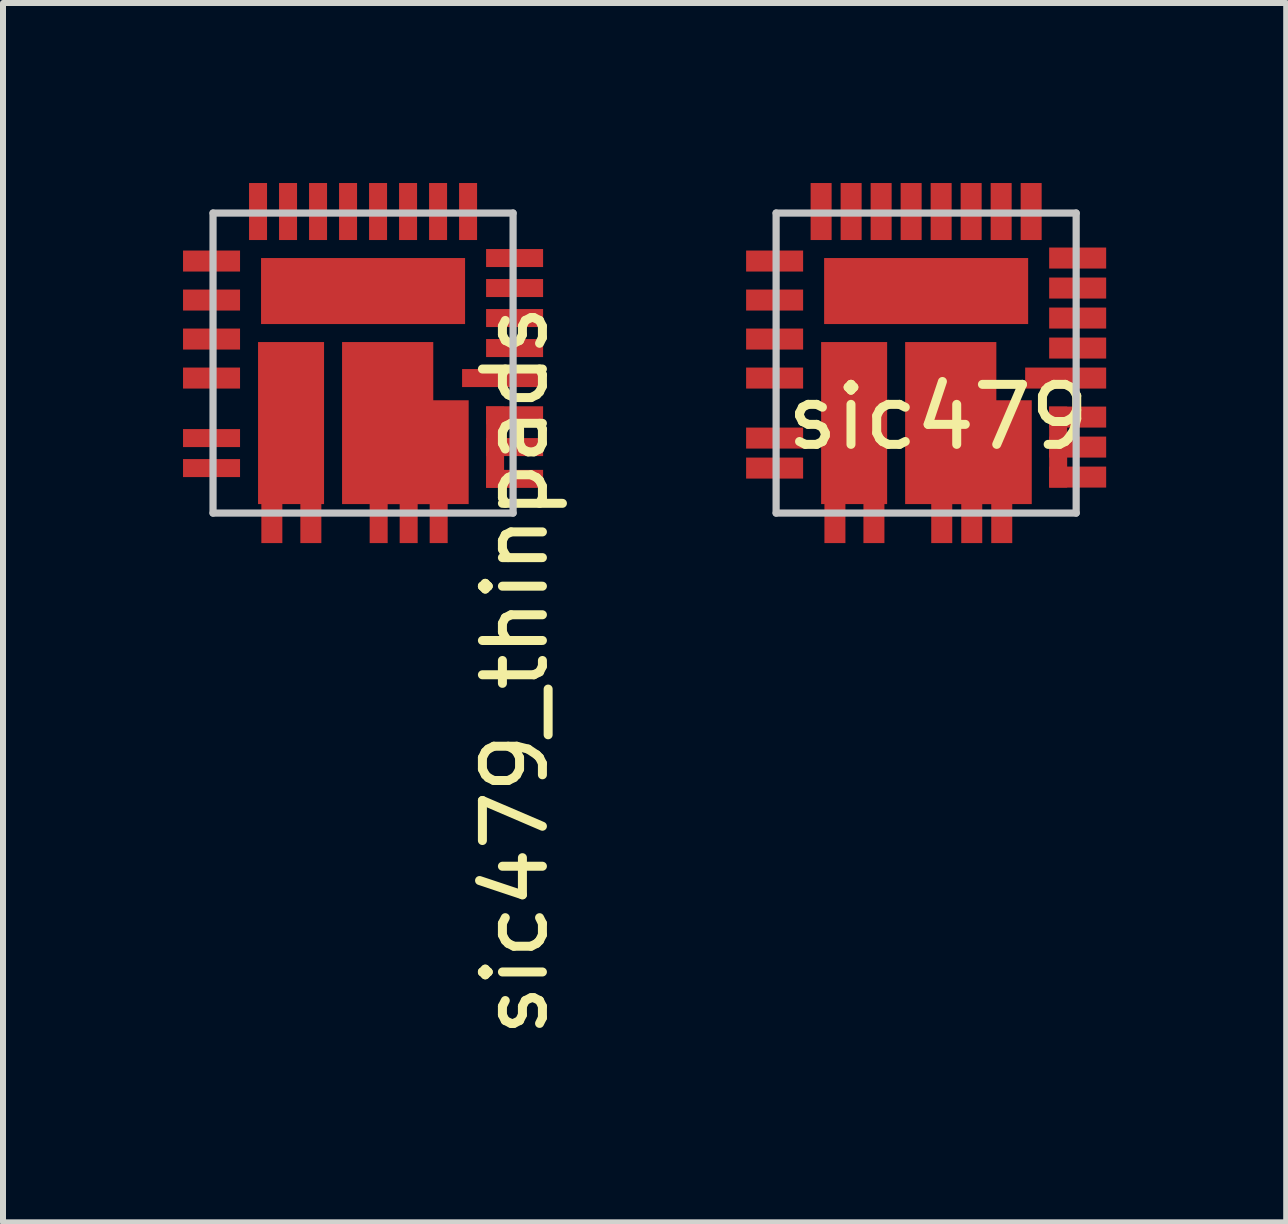
<source format=kicad_pcb>
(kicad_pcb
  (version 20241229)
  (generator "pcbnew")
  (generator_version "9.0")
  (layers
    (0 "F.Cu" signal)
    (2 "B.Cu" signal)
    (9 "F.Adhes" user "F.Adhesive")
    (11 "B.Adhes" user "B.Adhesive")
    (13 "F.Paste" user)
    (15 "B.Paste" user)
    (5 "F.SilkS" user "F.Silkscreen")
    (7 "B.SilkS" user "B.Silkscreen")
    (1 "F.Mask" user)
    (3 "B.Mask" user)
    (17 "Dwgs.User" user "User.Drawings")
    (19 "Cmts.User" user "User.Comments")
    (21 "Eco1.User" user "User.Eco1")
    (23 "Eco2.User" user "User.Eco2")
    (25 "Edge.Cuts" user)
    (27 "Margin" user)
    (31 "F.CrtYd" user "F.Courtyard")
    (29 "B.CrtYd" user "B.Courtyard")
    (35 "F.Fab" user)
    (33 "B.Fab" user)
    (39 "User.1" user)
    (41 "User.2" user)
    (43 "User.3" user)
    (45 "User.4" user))
  (footprint "sic479_thinpads"
    (layer "F.Cu")
    (at 3 3)
    (property "Reference" "sic479_thinpads" (at 2.534 5.123 270) (layer "F.SilkS") (effects (font (size 1 1) (thickness 0.15))))
    (attr through_hole)
    (fp_line (start -2.5 -2.5) (end 2.5 -2.5) (stroke (width 0.12) (type solid)) (layer "Dwgs.User"))
    (fp_line (start -2.5 2.5) (end -2.5 -2.5) (stroke (width 0.12) (type solid)) (layer "Dwgs.User"))
    (fp_line (start 2.5 -2.5) (end 2.5 2.5) (stroke (width 0.12) (type solid)) (layer "Dwgs.User"))
    (fp_line (start 2.5 2.5) (end -2.5 2.5) (stroke (width 0.12) (type solid)) (layer "Dwgs.User"))
    (pad "1" smd rect (at -2.525 -1.7) (size 0.95 0.35) (layers "F.Cu" "F.Mask" "F.Paste"))
    (pad "2" smd rect (at -2.525 -1.05) (size 0.95 0.35) (layers "F.Cu" "F.Mask" "F.Paste"))
    (pad "3" smd rect (at -2.525 -0.4) (size 0.95 0.35) (layers "F.Cu" "F.Mask" "F.Paste"))
    (pad "4" smd rect (at -2.525 0.25) (size 0.95 0.35) (layers "F.Cu" "F.Mask" "F.Paste"))
    (pad "5" smd rect (at -2.525 1.25) (size 0.95 0.3) (layers "F.Cu" "F.Mask" "F.Paste"))
    (pad "6" smd rect (at -2.525 1.75) (size 0.95 0.3) (layers "F.Cu" "F.Mask" "F.Paste"))
    (pad "7" smd rect (at -1.52 2.525 90) (size 0.95 0.35) (layers "F.Cu" "F.Mask" "F.Paste"))
    (pad "8" smd rect (at -0.87 2.525 90) (size 0.95 0.35) (layers "F.Cu" "F.Mask" "F.Paste"))
    (pad "9" smd rect (at 0.26 2.525 90) (size 0.95 0.3) (layers "F.Cu" "F.Mask" "F.Paste"))
    (pad "10" smd rect (at 0.76 2.525 90) (size 0.95 0.3) (layers "F.Cu" "F.Mask" "F.Paste"))
    (pad "11" smd rect (at 1.26 2.525 90) (size 0.95 0.3) (layers "F.Cu" "F.Mask" "F.Paste"))
    (pad "12" smd rect (at 2.2 1.4 180) (size 0.3 1.35) (layers "F.Cu" "F.Mask" "F.Paste"))
    (pad "12" smd rect (at 2.525 1.93 180) (size 0.95 0.3) (layers "F.Cu" "F.Mask" "F.Paste"))
    (pad "13" smd rect (at 2.525 1.4 180) (size 0.95 0.3) (layers "F.Cu" "F.Mask" "F.Paste"))
    (pad "14" smd rect (at 2.525 0.87 180) (size 0.95 0.3) (layers "F.Cu" "F.Mask" "F.Paste"))
    (pad "15" smd rect (at 2.325 0.25 180) (size 1.35 0.3) (layers "F.Cu" "F.Mask" "F.Paste"))
    (pad "16" smd rect (at 2.525 -0.25 180) (size 0.95 0.3) (layers "F.Cu" "F.Mask" "F.Paste"))
    (pad "17" smd rect (at 2.525 -0.75 180) (size 0.95 0.3) (layers "F.Cu" "F.Mask" "F.Paste"))
    (pad "18" smd rect (at 2.525 -1.25 180) (size 0.95 0.3) (layers "F.Cu" "F.Mask" "F.Paste"))
    (pad "19" smd rect (at 2.525 -1.75 180) (size 0.95 0.3) (layers "F.Cu" "F.Mask" "F.Paste"))
    (pad "20" smd rect (at 1.75 -2.525 270) (size 0.95 0.3) (layers "F.Cu" "F.Mask" "F.Paste"))
    (pad "21" smd rect (at 1.25 -2.525 270) (size 0.95 0.3) (layers "F.Cu" "F.Mask" "F.Paste"))
    (pad "22" smd rect (at 0.75 -2.525 270) (size 0.95 0.3) (layers "F.Cu" "F.Mask" "F.Paste"))
    (pad "23" smd rect (at 0.25 -2.525 270) (size 0.95 0.3) (layers "F.Cu" "F.Mask" "F.Paste"))
    (pad "24" smd rect (at -0.25 -2.525 270) (size 0.95 0.3) (layers "F.Cu" "F.Mask" "F.Paste"))
    (pad "25" smd rect (at -0.75 -2.525 270) (size 0.95 0.3) (layers "F.Cu" "F.Mask" "F.Paste"))
    (pad "26" smd rect (at -1.25 -2.525 270) (size 0.95 0.3) (layers "F.Cu" "F.Mask" "F.Paste"))
    (pad "27" smd rect (at -1.75 -2.525 270) (size 0.95 0.3) (layers "F.Cu" "F.Mask" "F.Paste"))
    (pad "28" smd rect (at 0 -1.2 90) (size 1.1 3.4) (layers "F.Cu" "F.Mask" "F.Paste"))
    (pad "29" smd rect (at -1.2 1 90) (size 2.7 1.1) (layers "F.Cu" "F.Mask" "F.Paste"))
    (pad "30" smd rect (at 0.41 1 90) (size 2.7 1.52) (layers "F.Cu" "F.Mask" "F.Paste"))
    (pad "30" smd rect (at 1 1.485 90) (size 1.73 1.52) (layers "F.Cu" "F.Mask" "F.Paste")))
  (footprint "sic479"
    (layer "F.Cu")
    (at 12.383 3)
    (property "Reference" "sic479" (at 0.2 0.9 0) (layer "F.SilkS") (effects (font (size 1 1) (thickness 0.15))))
    (attr through_hole)
    (fp_line (start -2.5 -2.5) (end 2.5 -2.5) (stroke (width 0.12) (type solid)) (layer "Dwgs.User"))
    (fp_line (start -2.5 2.5) (end -2.5 -2.5) (stroke (width 0.12) (type solid)) (layer "Dwgs.User"))
    (fp_line (start 2.5 -2.5) (end 2.5 2.5) (stroke (width 0.12) (type solid)) (layer "Dwgs.User"))
    (fp_line (start 2.5 2.5) (end -2.5 2.5) (stroke (width 0.12) (type solid)) (layer "Dwgs.User"))
    (pad "1" smd rect (at -2.525 -1.7) (size 0.95 0.35) (layers "F.Cu" "F.Mask" "F.Paste"))
    (pad "2" smd rect (at -2.525 -1.05) (size 0.95 0.35) (layers "F.Cu" "F.Mask" "F.Paste"))
    (pad "3" smd rect (at -2.525 -0.4) (size 0.95 0.35) (layers "F.Cu" "F.Mask" "F.Paste"))
    (pad "4" smd rect (at -2.525 0.25) (size 0.95 0.35) (layers "F.Cu" "F.Mask" "F.Paste"))
    (pad "5" smd rect (at -2.525 1.25) (size 0.95 0.35) (layers "F.Cu" "F.Mask" "F.Paste"))
    (pad "6" smd rect (at -2.525 1.75) (size 0.95 0.35) (layers "F.Cu" "F.Mask" "F.Paste"))
    (pad "7" smd rect (at -1.52 2.525 90) (size 0.95 0.35) (layers "F.Cu" "F.Mask" "F.Paste"))
    (pad "8" smd rect (at -0.87 2.525 90) (size 0.95 0.35) (layers "F.Cu" "F.Mask" "F.Paste"))
    (pad "9" smd rect (at 0.26 2.525 90) (size 0.95 0.35) (layers "F.Cu" "F.Mask" "F.Paste"))
    (pad "10" smd rect (at 0.76 2.525 90) (size 0.95 0.35) (layers "F.Cu" "F.Mask" "F.Paste"))
    (pad "11" smd rect (at 1.26 2.525 90) (size 0.95 0.35) (layers "F.Cu" "F.Mask" "F.Paste"))
    (pad "12" smd rect (at 2.2 1.4 180) (size 0.3 1.35) (layers "F.Cu" "F.Mask" "F.Paste"))
    (pad "12" smd rect (at 2.525 1.9 180) (size 0.95 0.35) (layers "F.Cu" "F.Mask" "F.Paste"))
    (pad "13" smd rect (at 2.525 1.4 180) (size 0.95 0.35) (layers "F.Cu" "F.Mask" "F.Paste"))
    (pad "14" smd rect (at 2.525 0.9 180) (size 0.95 0.35) (layers "F.Cu" "F.Mask" "F.Paste"))
    (pad "15" smd rect (at 2.325 0.25 180) (size 1.35 0.35) (layers "F.Cu" "F.Mask" "F.Paste"))
    (pad "16" smd rect (at 2.525 -0.25 180) (size 0.95 0.35) (layers "F.Cu" "F.Mask" "F.Paste"))
    (pad "17" smd rect (at 2.525 -0.75 180) (size 0.95 0.35) (layers "F.Cu" "F.Mask" "F.Paste"))
    (pad "18" smd rect (at 2.525 -1.25 180) (size 0.95 0.35) (layers "F.Cu" "F.Mask" "F.Paste"))
    (pad "19" smd rect (at 2.525 -1.75 180) (size 0.95 0.35) (layers "F.Cu" "F.Mask" "F.Paste"))
    (pad "20" smd rect (at 1.75 -2.525 270) (size 0.95 0.35) (layers "F.Cu" "F.Mask" "F.Paste"))
    (pad "21" smd rect (at 1.25 -2.525 270) (size 0.95 0.35) (layers "F.Cu" "F.Mask" "F.Paste"))
    (pad "22" smd rect (at 0.75 -2.525 270) (size 0.95 0.35) (layers "F.Cu" "F.Mask" "F.Paste"))
    (pad "23" smd rect (at 0.25 -2.525 270) (size 0.95 0.35) (layers "F.Cu" "F.Mask" "F.Paste"))
    (pad "24" smd rect (at -0.25 -2.525 270) (size 0.95 0.35) (layers "F.Cu" "F.Mask" "F.Paste"))
    (pad "25" smd rect (at -0.75 -2.525 270) (size 0.95 0.35) (layers "F.Cu" "F.Mask" "F.Paste"))
    (pad "26" smd rect (at -1.25 -2.525 270) (size 0.95 0.35) (layers "F.Cu" "F.Mask" "F.Paste"))
    (pad "27" smd rect (at -1.75 -2.525 270) (size 0.95 0.35) (layers "F.Cu" "F.Mask" "F.Paste"))
    (pad "28" smd rect (at 0 -1.2 90) (size 1.1 3.4) (layers "F.Cu" "F.Mask" "F.Paste"))
    (pad "29" smd rect (at -1.2 1 90) (size 2.7 1.1) (layers "F.Cu" "F.Mask" "F.Paste"))
    (pad "30" smd rect (at 0.41 1 90) (size 2.7 1.52) (layers "F.Cu" "F.Mask" "F.Paste"))
    (pad "30" smd rect (at 1 1.485 90) (size 1.73 1.52) (layers "F.Cu" "F.Mask" "F.Paste")))
  (gr_rect
    (start -3 -3)
    (end 18.383 17.319)
    (stroke (width 0.1) (type default))
    (fill no)
    (layer "Edge.Cuts")))
</source>
